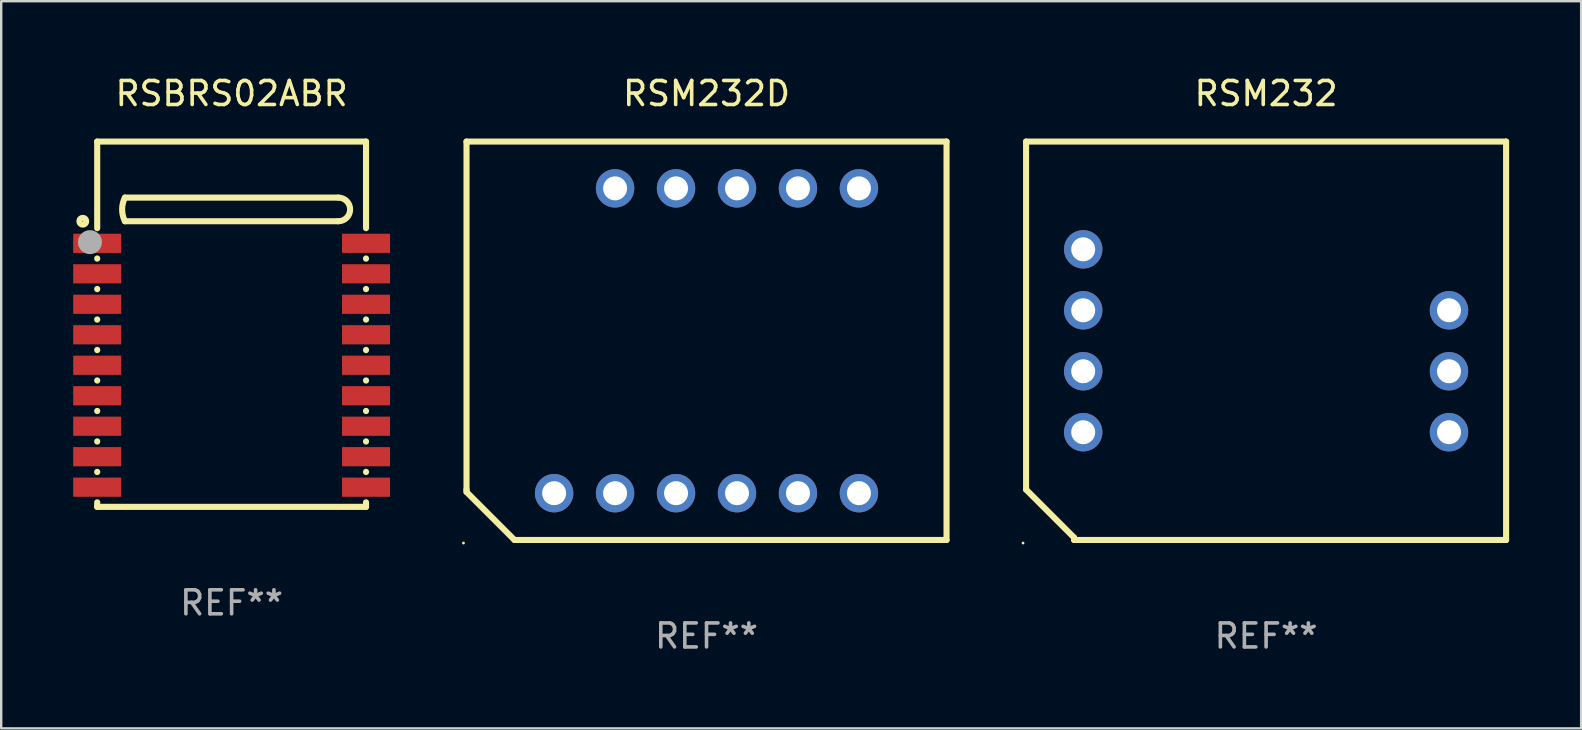
<source format=kicad_pcb>
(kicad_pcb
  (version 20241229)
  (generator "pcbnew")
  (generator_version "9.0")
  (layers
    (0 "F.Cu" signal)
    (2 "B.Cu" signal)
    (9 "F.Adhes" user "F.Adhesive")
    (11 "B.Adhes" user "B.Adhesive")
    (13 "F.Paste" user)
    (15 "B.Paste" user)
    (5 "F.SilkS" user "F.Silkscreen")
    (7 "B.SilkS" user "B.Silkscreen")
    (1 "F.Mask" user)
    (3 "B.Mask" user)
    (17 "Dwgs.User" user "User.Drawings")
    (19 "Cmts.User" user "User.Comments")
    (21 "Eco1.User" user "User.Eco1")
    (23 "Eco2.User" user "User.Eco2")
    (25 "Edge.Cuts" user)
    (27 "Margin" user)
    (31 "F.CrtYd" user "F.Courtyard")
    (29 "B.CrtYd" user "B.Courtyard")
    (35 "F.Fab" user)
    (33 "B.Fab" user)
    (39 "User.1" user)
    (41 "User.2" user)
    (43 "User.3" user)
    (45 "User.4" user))
  (footprint "RSM232"
    (layer "F.Cu")
    (at 49.701 11.148)
    (property "Reference" "RSM232" (at 0 -10.3 0) (layer "F.SilkS") (effects (font (size 1 1) (thickness 0.15))))
    (attr through_hole)
    (fp_line (start -10 -8.3) (end -10 6.2) (stroke (width 0.254) (type solid)) (layer "F.SilkS"))
    (fp_line (start -10 -8.3) (end 10 -8.3) (stroke (width 0.254) (type solid)) (layer "F.SilkS"))
    (fp_line (start -8 8.2) (end -10 6.2) (stroke (width 0.254) (type solid)) (layer "F.SilkS"))
    (fp_line (start -8 8.3) (end -8 8.2) (stroke (width 0.254) (type solid)) (layer "F.SilkS"))
    (fp_line (start -8 8.3) (end 10 8.3) (stroke (width 0.254) (type solid)) (layer "F.SilkS"))
    (fp_line (start 10 -8.3) (end 10 8.3) (stroke (width 0.254) (type solid)) (layer "F.SilkS"))
    (fp_circle (center -10.127 8.427) (end -10.097 8.427) (stroke (width 0.06) (type solid)) (fill no) (layer "F.SilkS"))
    (fp_text user "REF**" (at 0 12.3 0) (layer "F.Fab") (effects (font (size 1 1) (thickness 0.15))))
    (pad "1" thru_hole circle (at -7.62 3.81) (size 1.6 1.6) (drill 1) (layers "*.Cu" "*.Mask"))
    (pad "2" thru_hole circle (at -7.62 1.27) (size 1.6 1.6) (drill 1) (layers "*.Cu" "*.Mask"))
    (pad "3" thru_hole circle (at -7.62 -1.27) (size 1.6 1.6) (drill 1) (layers "*.Cu" "*.Mask"))
    (pad "4" thru_hole circle (at -7.62 -3.81) (size 1.6 1.6) (drill 1) (layers "*.Cu" "*.Mask"))
    (pad "6" thru_hole circle (at 7.62 -1.27) (size 1.6 1.6) (drill 1) (layers "*.Cu" "*.Mask"))
    (pad "7" thru_hole circle (at 7.62 1.27) (size 1.6 1.6) (drill 1) (layers "*.Cu" "*.Mask"))
    (pad "8" thru_hole circle (at 7.62 3.81) (size 1.6 1.6) (drill 1) (layers "*.Cu" "*.Mask")))
  (footprint "RSM232D"
    (layer "F.Cu")
    (at 26.387 11.148)
    (property "Reference" "RSM232D" (at 0 -10.3 0) (layer "F.SilkS") (effects (font (size 1 1) (thickness 0.15))))
    (attr through_hole)
    (fp_line (start -10 -8.3) (end -10 6.2) (stroke (width 0.254) (type solid)) (layer "F.SilkS"))
    (fp_line (start -10 -8.3) (end 10 -8.3) (stroke (width 0.254) (type solid)) (layer "F.SilkS"))
    (fp_line (start -10 6.2) (end -10 6.3) (stroke (width 0.254) (type solid)) (layer "F.SilkS"))
    (fp_line (start -10 6.3) (end -8 8.3) (stroke (width 0.254) (type solid)) (layer "F.SilkS"))
    (fp_line (start -8 8.3) (end 10 8.3) (stroke (width 0.254) (type solid)) (layer "F.SilkS"))
    (fp_line (start 10 -8.3) (end 10 8.3) (stroke (width 0.254) (type solid)) (layer "F.SilkS"))
    (fp_circle (center -10.127 8.427) (end -10.097 8.427) (stroke (width 0.06) (type solid)) (fill no) (layer "F.SilkS"))
    (fp_text user "REF**" (at 0 12.3 0) (layer "F.Fab") (effects (font (size 1 1) (thickness 0.15))))
    (pad "1" thru_hole circle (at -6.35 6.35) (size 1.6 1.6) (drill 1) (layers "*.Cu" "*.Mask"))
    (pad "2" thru_hole circle (at -3.81 6.35) (size 1.6 1.6) (drill 1) (layers "*.Cu" "*.Mask"))
    (pad "3" thru_hole circle (at -1.27 6.35) (size 1.6 1.6) (drill 1) (layers "*.Cu" "*.Mask"))
    (pad "4" thru_hole circle (at 1.27 6.35) (size 1.6 1.6) (drill 1) (layers "*.Cu" "*.Mask"))
    (pad "5" thru_hole circle (at 3.81 6.35) (size 1.6 1.6) (drill 1) (layers "*.Cu" "*.Mask"))
    (pad "6" thru_hole circle (at 6.35 6.35) (size 1.6 1.6) (drill 1) (layers "*.Cu" "*.Mask"))
    (pad "7" thru_hole circle (at 6.35 -6.35) (size 1.6 1.6) (drill 1) (layers "*.Cu" "*.Mask"))
    (pad "8" thru_hole circle (at 3.81 -6.35) (size 1.6 1.6) (drill 1) (layers "*.Cu" "*.Mask"))
    (pad "9" thru_hole circle (at 1.27 -6.35) (size 1.6 1.6) (drill 1) (layers "*.Cu" "*.Mask"))
    (pad "10" thru_hole circle (at -1.27 -6.35) (size 1.6 1.6) (drill 1) (layers "*.Cu" "*.Mask"))
    (pad "11" thru_hole circle (at -3.81 -6.35) (size 1.6 1.6) (drill 1) (layers "*.Cu" "*.Mask")))
  (footprint "RSBRS02ABR"
    (layer "F.Cu")
    (at 6.6 10.458)
    (property "Reference" "RSBRS02ABR" (at 0 -9.61 0) (layer "F.SilkS") (effects (font (size 1 1) (thickness 0.15))))
    (attr through_hole)
    (fp_line (start -5.6 -7.61) (end -5.6 -4.001) (stroke (width 0.254) (type solid)) (layer "F.SilkS"))
    (fp_line (start -5.6 -7.61) (end 5.6 -7.61) (stroke (width 0.254) (type solid)) (layer "F.SilkS"))
    (fp_line (start -5.6 -2.739) (end -5.6 -2.731) (stroke (width 0.254) (type solid)) (layer "F.SilkS"))
    (fp_line (start -5.6 -1.469) (end -5.6 -1.461) (stroke (width 0.254) (type solid)) (layer "F.SilkS"))
    (fp_line (start -5.6 -0.199) (end -5.6 -0.191) (stroke (width 0.254) (type solid)) (layer "F.SilkS"))
    (fp_line (start -5.6 1.071) (end -5.6 1.079) (stroke (width 0.254) (type solid)) (layer "F.SilkS"))
    (fp_line (start -5.6 2.341) (end -5.6 2.349) (stroke (width 0.254) (type solid)) (layer "F.SilkS"))
    (fp_line (start -5.6 3.611) (end -5.6 3.619) (stroke (width 0.254) (type solid)) (layer "F.SilkS"))
    (fp_line (start -5.6 4.881) (end -5.6 4.889) (stroke (width 0.254) (type solid)) (layer "F.SilkS"))
    (fp_line (start -5.6 6.151) (end -5.6 6.159) (stroke (width 0.254) (type solid)) (layer "F.SilkS"))
    (fp_line (start -5.6 7.421) (end -5.6 7.61) (stroke (width 0.254) (type solid)) (layer "F.SilkS"))
    (fp_line (start -5.6 7.61) (end 5.6 7.61) (stroke (width 0.254) (type solid)) (layer "F.SilkS"))
    (fp_line (start -4.445 -5.275) (end 4.445 -5.275) (stroke (width 0.254) (type solid)) (layer "F.SilkS"))
    (fp_line (start -4.445 -4.29) (end 4.445 -4.29) (stroke (width 0.254) (type solid)) (layer "F.SilkS"))
    (fp_line (start 5.6 -7.61) (end 5.6 -4.001) (stroke (width 0.254) (type solid)) (layer "F.SilkS"))
    (fp_line (start 5.6 -2.739) (end 5.6 -2.731) (stroke (width 0.254) (type solid)) (layer "F.SilkS"))
    (fp_line (start 5.6 -1.469) (end 5.6 -1.461) (stroke (width 0.254) (type solid)) (layer "F.SilkS"))
    (fp_line (start 5.6 -0.199) (end 5.6 -0.191) (stroke (width 0.254) (type solid)) (layer "F.SilkS"))
    (fp_line (start 5.6 1.071) (end 5.6 1.079) (stroke (width 0.254) (type solid)) (layer "F.SilkS"))
    (fp_line (start 5.6 2.341) (end 5.6 2.349) (stroke (width 0.254) (type solid)) (layer "F.SilkS"))
    (fp_line (start 5.6 3.611) (end 5.6 3.619) (stroke (width 0.254) (type solid)) (layer "F.SilkS"))
    (fp_line (start 5.6 4.881) (end 5.6 4.889) (stroke (width 0.254) (type solid)) (layer "F.SilkS"))
    (fp_line (start 5.6 6.151) (end 5.6 6.159) (stroke (width 0.254) (type solid)) (layer "F.SilkS"))
    (fp_line (start 5.6 7.421) (end 5.6 7.61) (stroke (width 0.254) (type solid)) (layer "F.SilkS"))
    (fp_arc (start -4.445009 -4.290005) (mid -4.561274 -4.782512) (end -4.445009 -5.275019) (stroke (width 0.254001) (type solid)) (layer "F.SilkS"))
    (fp_arc (start 4.445009 -5.275019) (mid 4.937516 -4.782512) (end 4.445009 -4.290005) (stroke (width 0.254001) (type solid)) (layer "F.SilkS"))
    (fp_circle (center -6.2 -4.29) (end -6.058 -4.29) (stroke (width 0.254) (type solid)) (fill no) (layer "F.SilkS"))
    (fp_circle (center -5.6 -7.61) (end -5.57 -7.61) (stroke (width 0.06) (type solid)) (fill no) (layer "F.SilkS"))
    (fp_circle (center -5.902 -3.419) (end -5.652 -3.419) (stroke (width 0.5) (type solid)) (fill no) (layer "F.Fab"))
    (fp_text user "REF**" (at 0 11.61 0) (layer "F.Fab") (effects (font (size 1 1) (thickness 0.15))))
    (pad "1" smd rect (at -5.6 -3.37) (size 2 0.8) (layers "F.Cu" "F.Mask" "F.Paste"))
    (pad "2" smd rect (at -5.6 -2.1) (size 2 0.8) (layers "F.Cu" "F.Mask" "F.Paste"))
    (pad "3" smd rect (at -5.6 -0.83) (size 2 0.8) (layers "F.Cu" "F.Mask" "F.Paste"))
    (pad "4" smd rect (at -5.6 0.44) (size 2 0.8) (layers "F.Cu" "F.Mask" "F.Paste"))
    (pad "5" smd rect (at -5.6 1.71) (size 2 0.8) (layers "F.Cu" "F.Mask" "F.Paste"))
    (pad "6" smd rect (at -5.6 2.98) (size 2 0.8) (layers "F.Cu" "F.Mask" "F.Paste"))
    (pad "7" smd rect (at -5.6 4.25) (size 2 0.8) (layers "F.Cu" "F.Mask" "F.Paste"))
    (pad "8" smd rect (at -5.6 5.52) (size 2 0.8) (layers "F.Cu" "F.Mask" "F.Paste"))
    (pad "9" smd rect (at -5.6 6.79) (size 2 0.8) (layers "F.Cu" "F.Mask" "F.Paste"))
    (pad "10" smd rect (at 5.6 6.79) (size 2 0.8) (layers "F.Cu" "F.Mask" "F.Paste"))
    (pad "11" smd rect (at 5.6 5.52) (size 2 0.8) (layers "F.Cu" "F.Mask" "F.Paste"))
    (pad "12" smd rect (at 5.6 4.25) (size 2 0.8) (layers "F.Cu" "F.Mask" "F.Paste"))
    (pad "13" smd rect (at 5.6 2.98) (size 2 0.8) (layers "F.Cu" "F.Mask" "F.Paste"))
    (pad "14" smd rect (at 5.6 1.71) (size 2 0.8) (layers "F.Cu" "F.Mask" "F.Paste"))
    (pad "15" smd rect (at 5.6 0.44) (size 2 0.8) (layers "F.Cu" "F.Mask" "F.Paste"))
    (pad "16" smd rect (at 5.6 -0.83) (size 2 0.8) (layers "F.Cu" "F.Mask" "F.Paste"))
    (pad "17" smd rect (at 5.6 -2.1) (size 2 0.8) (layers "F.Cu" "F.Mask" "F.Paste"))
    (pad "18" smd rect (at 5.6 -3.37) (size 2 0.8) (layers "F.Cu" "F.Mask" "F.Paste")))
  (gr_rect
    (start -3 -3)
    (end 62.828 27.297)
    (stroke (width 0.1) (type default))
    (fill no)
    (layer "Edge.Cuts")))
</source>
